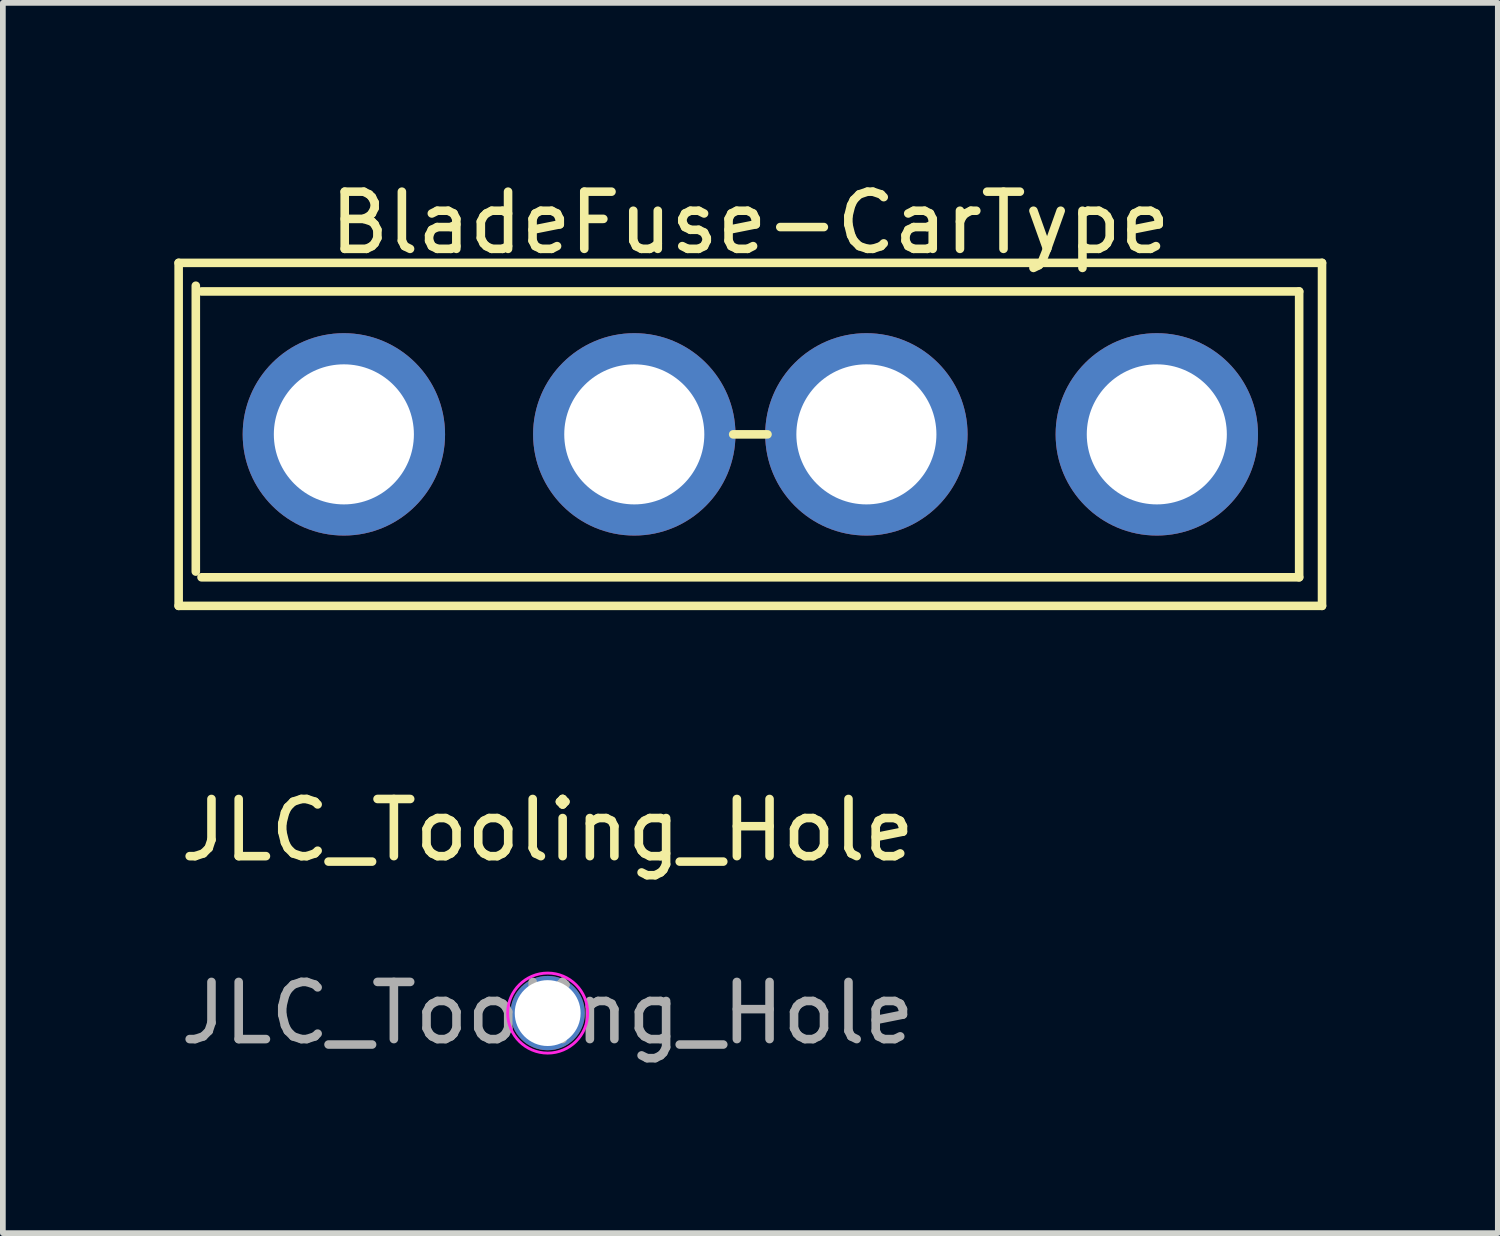
<source format=kicad_pcb>
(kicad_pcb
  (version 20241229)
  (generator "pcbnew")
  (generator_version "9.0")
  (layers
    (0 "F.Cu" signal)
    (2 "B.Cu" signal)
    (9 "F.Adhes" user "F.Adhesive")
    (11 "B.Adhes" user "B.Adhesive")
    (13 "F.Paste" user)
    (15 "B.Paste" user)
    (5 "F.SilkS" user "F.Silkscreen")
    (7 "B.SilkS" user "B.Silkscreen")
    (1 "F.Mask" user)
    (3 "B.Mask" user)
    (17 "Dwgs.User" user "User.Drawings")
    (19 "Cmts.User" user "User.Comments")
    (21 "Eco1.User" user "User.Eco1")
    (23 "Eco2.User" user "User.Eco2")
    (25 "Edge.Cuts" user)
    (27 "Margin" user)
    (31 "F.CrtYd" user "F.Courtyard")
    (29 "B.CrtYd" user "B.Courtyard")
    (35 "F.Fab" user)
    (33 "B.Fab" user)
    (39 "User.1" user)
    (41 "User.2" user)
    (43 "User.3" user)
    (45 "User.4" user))
  (footprint "BladeFuse-CarType"
    (layer "F.Cu")
    (at 10.075 4.548)
    (property "Reference" "BladeFuse-CarType" (at 0 -3.7 0) (layer "F.SilkS") (effects (font (size 1 1) (thickness 0.15))))
    (attr through_hole)
    (fp_line (start -10 -3) (end 10 -3) (stroke (width 0.15) (type solid)) (layer "F.SilkS"))
    (fp_line (start -10 3) (end -10 -3) (stroke (width 0.15) (type solid)) (layer "F.SilkS"))
    (fp_line (start -9.7 2.4) (end -9.7 -2.6) (stroke (width 0.15) (type solid)) (layer "F.SilkS"))
    (fp_line (start -9.6 -2.5) (end 9.6 -2.5) (stroke (width 0.15) (type solid)) (layer "F.SilkS"))
    (fp_line (start 0.3 0) (end -0.3 0) (stroke (width 0.15) (type solid)) (layer "F.SilkS"))
    (fp_line (start 9.6 -2.5) (end 9.6 2.5) (stroke (width 0.15) (type solid)) (layer "F.SilkS"))
    (fp_line (start 9.6 2.5) (end -9.6 2.5) (stroke (width 0.15) (type solid)) (layer "F.SilkS"))
    (fp_line (start 10 -3) (end 10 3) (stroke (width 0.15) (type solid)) (layer "F.SilkS"))
    (fp_line (start 10 3) (end -10 3) (stroke (width 0.15) (type solid)) (layer "F.SilkS"))
    (pad "1" thru_hole circle (at -7.11 0) (size 3.54 3.54) (drill 2.45) (layers "*.Cu" "*.Mask"))
    (pad "1" thru_hole circle (at -2.03 0) (size 3.54 3.54) (drill 2.45) (layers "*.Cu" "*.Mask"))
    (pad "2" thru_hole circle (at 2.03 0) (size 3.54 3.54) (drill 2.45) (layers "*.Cu" "*.Mask"))
    (pad "2" thru_hole circle (at 7.11 0) (size 3.54 3.54) (drill 2.45) (layers "*.Cu" "*.Mask")))
  (footprint "JLC_Tooling_Hole"
    (layer "F.Cu")
    (at 6.53 14.671)
    (property "Reference" "JLC_Tooling_Hole" (at 0 -3.2 0) (layer "F.SilkS") (effects (font (size 1 1) (thickness 0.15))))
    (attr exclude_from_pos_files exclude_from_bom)
    (fp_circle (center 0 0) (end 0.7 0) (stroke (width 0.05) (type solid)) (fill no) (layer "F.CrtYd"))
    (fp_text user "${REFERENCE}" (at 0 0 0) (layer "F.Fab") (effects (font (size 1 1) (thickness 0.15))))
    (pad "" np_thru_hole circle (at 0 0) (size 1.3 1.3) (drill 1.152) (layers "*.Cu" "*.Mask")))
  (gr_rect
    (start -3 -3)
    (end 23.15 18.52)
    (stroke (width 0.1) (type default))
    (fill no)
    (layer "Edge.Cuts")))
</source>
